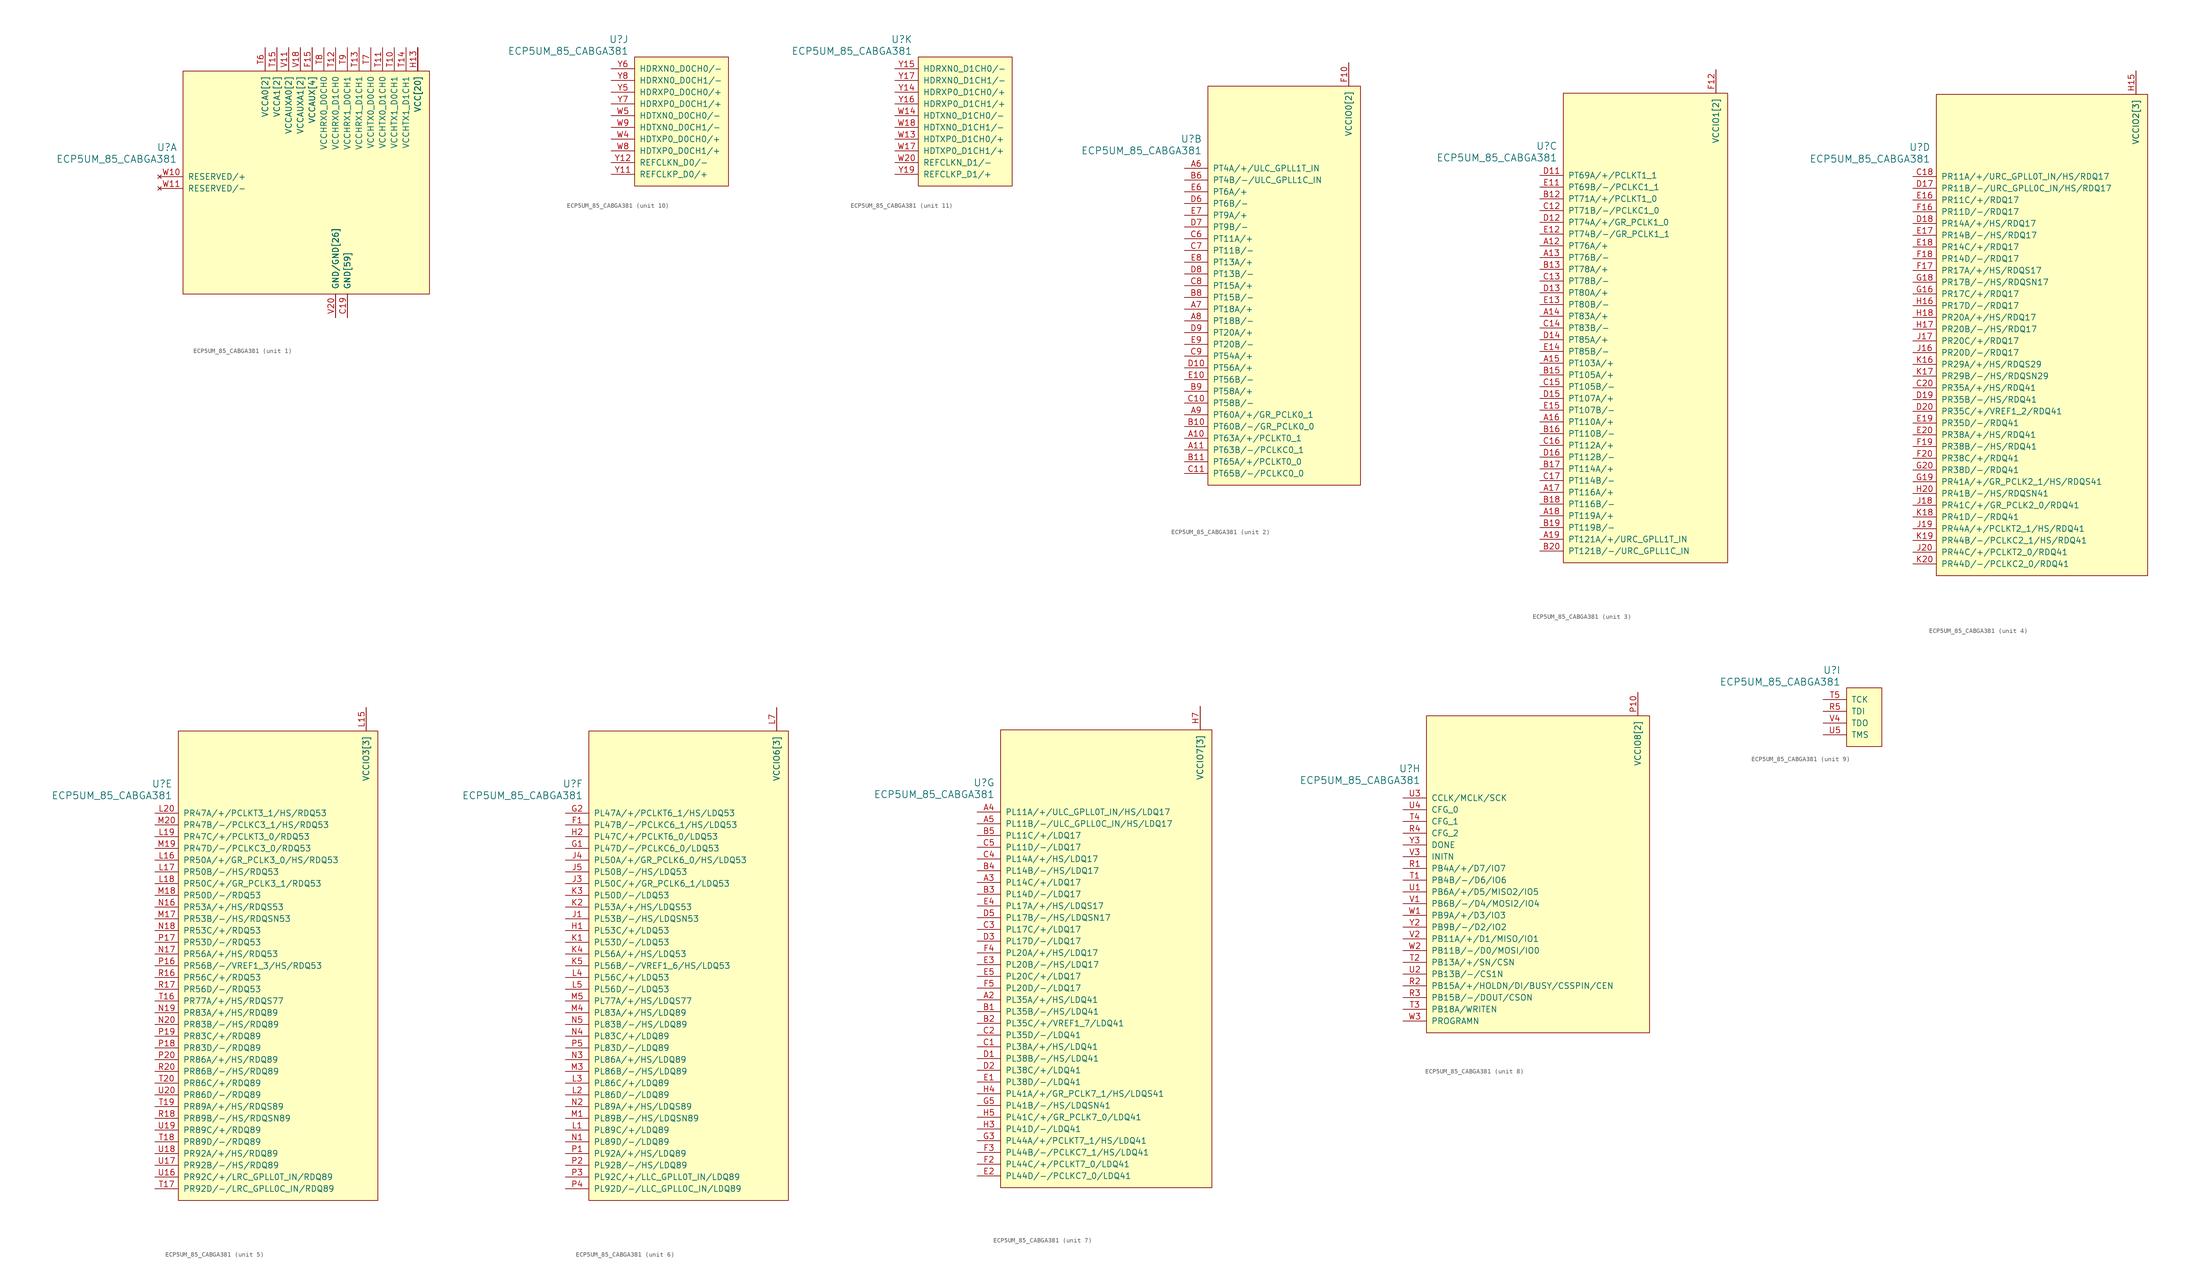
<source format=kicad_sym>
(kicad_symbol_lib
  (version 20231120)
  (generator "kicad_symbol_editor")
  (generator_version "8.0")
  (symbol "ECP5UM_85_CABGA381"
    (pin_names
      (offset 1.016))
    (property "Reference" "U"
      (at 3.81 6.35 0)
      (effects (font (size 1.524 1.524)) (justify right)))
    (property "Value" "ECP5UM_85_CABGA381"
      (at 3.81 3.81 0)
      (effects (font (size 1.524 1.524)) (justify right)))
    (property "ki_locked" ""
      (at 0 0 0)
      (effects (font (size 1.27 1.27))))
    (symbol "ECP5UM_85_CABGA381_1_1"
      (rectangle (start 5.08 22.86) (end 58.42 -25.4) (stroke (width 0) (type default)) (fill (type background)))
      (pin power_in line (at 40.64 -30.48 90) (length 5.08) (name "GND[59]" (effects (font (size 1.27 1.27)))) (number "B14" (effects (font (size 0 0)))))
      (pin power_in line (at 40.64 -30.48 90) (length 5.08) (name "GND[59]" (effects (font (size 1.27 1.27)))) (number "B7" (effects (font (size 0 0)))))
      (pin power_in line (at 40.64 -30.48 90) (length 5.08) (name "GND[59]" (effects (font (size 1.27 1.27)))) (number "C19" (effects (font (size 1.27 1.27)))))
      (pin power_in line (at 40.64 -30.48 90) (length 5.08) (name "GND[59]" (effects (font (size 1.27 1.27)))) (number "D4" (effects (font (size 0 0)))))
      (pin power_in line (at 40.64 -30.48 90) (length 5.08) (name "GND[59]" (effects (font (size 1.27 1.27)))) (number "F13" (effects (font (size 0 0)))))
      (pin power_in line (at 40.64 -30.48 90) (length 5.08) (name "GND[59]" (effects (font (size 1.27 1.27)))) (number "F14" (effects (font (size 0 0)))))
      (pin power_in line (at 33.02 27.94 270) (length 5.08) (name "VCCAUX[4]" (effects (font (size 1.27 1.27)))) (number "F15" (effects (font (size 1.27 1.27)))))
      (pin power_in line (at 33.02 27.94 270) (length 5.08) (name "VCCAUX[4]" (effects (font (size 1.27 1.27)))) (number "F6" (effects (font (size 0 0)))))
      (pin power_in line (at 40.64 -30.48 90) (length 5.08) (name "GND[59]" (effects (font (size 1.27 1.27)))) (number "F7" (effects (font (size 0 0)))))
      (pin power_in line (at 40.64 -30.48 90) (length 5.08) (name "GND[59]" (effects (font (size 1.27 1.27)))) (number "F8" (effects (font (size 0 0)))))
      (pin power_in line (at 40.64 -30.48 90) (length 5.08) (name "GND[59]" (effects (font (size 1.27 1.27)))) (number "G10" (effects (font (size 0 0)))))
      (pin power_in line (at 40.64 -30.48 90) (length 5.08) (name "GND[59]" (effects (font (size 1.27 1.27)))) (number "G11" (effects (font (size 0 0)))))
      (pin power_in line (at 40.64 -30.48 90) (length 5.08) (name "GND[59]" (effects (font (size 1.27 1.27)))) (number "G12" (effects (font (size 0 0)))))
      (pin power_in line (at 40.64 -30.48 90) (length 5.08) (name "GND[59]" (effects (font (size 1.27 1.27)))) (number "G13" (effects (font (size 0 0)))))
      (pin power_in line (at 40.64 -30.48 90) (length 5.08) (name "GND[59]" (effects (font (size 1.27 1.27)))) (number "G14" (effects (font (size 0 0)))))
      (pin power_in line (at 40.64 -30.48 90) (length 5.08) (name "GND[59]" (effects (font (size 1.27 1.27)))) (number "G15" (effects (font (size 0 0)))))
      (pin power_in line (at 40.64 -30.48 90) (length 5.08) (name "GND[59]" (effects (font (size 1.27 1.27)))) (number "G17" (effects (font (size 0 0)))))
      (pin power_in line (at 40.64 -30.48 90) (length 5.08) (name "GND[59]" (effects (font (size 1.27 1.27)))) (number "G4" (effects (font (size 0 0)))))
      (pin power_in line (at 40.64 -30.48 90) (length 5.08) (name "GND[59]" (effects (font (size 1.27 1.27)))) (number "G6" (effects (font (size 0 0)))))
      (pin power_in line (at 40.64 -30.48 90) (length 5.08) (name "GND[59]" (effects (font (size 1.27 1.27)))) (number "G7" (effects (font (size 0 0)))))
      (pin power_in line (at 40.64 -30.48 90) (length 5.08) (name "GND[59]" (effects (font (size 1.27 1.27)))) (number "G8" (effects (font (size 0 0)))))
      (pin power_in line (at 40.64 -30.48 90) (length 5.08) (name "GND[59]" (effects (font (size 1.27 1.27)))) (number "G9" (effects (font (size 0 0)))))
      (pin power_in line (at 55.88 27.94 270) (length 5.08) (name "VCC[20]" (effects (font (size 1.27 1.27)))) (number "H10" (effects (font (size 0 0)))))
      (pin power_in line (at 55.88 27.94 270) (length 5.08) (name "VCC[20]" (effects (font (size 1.27 1.27)))) (number "H11" (effects (font (size 0 0)))))
      (pin power_in line (at 55.88 27.94 270) (length 5.08) (name "VCC[20]" (effects (font (size 1.27 1.27)))) (number "H12" (effects (font (size 0 0)))))
      (pin power_in line (at 55.88 27.94 270) (length 5.08) (name "VCC[20]" (effects (font (size 1.27 1.27)))) (number "H13" (effects (font (size 1.27 1.27)))))
      (pin power_in line (at 40.64 -30.48 90) (length 5.08) (name "GND[59]" (effects (font (size 1.27 1.27)))) (number "H19" (effects (font (size 0 0)))))
      (pin power_in line (at 55.88 27.94 270) (length 5.08) (name "VCC[20]" (effects (font (size 1.27 1.27)))) (number "H8" (effects (font (size 0 0)))))
      (pin power_in line (at 55.88 27.94 270) (length 5.08) (name "VCC[20]" (effects (font (size 1.27 1.27)))) (number "H9" (effects (font (size 0 0)))))
      (pin power_in line (at 40.64 -30.48 90) (length 5.08) (name "GND[59]" (effects (font (size 1.27 1.27)))) (number "J10" (effects (font (size 0 0)))))
      (pin power_in line (at 40.64 -30.48 90) (length 5.08) (name "GND[59]" (effects (font (size 1.27 1.27)))) (number "J11" (effects (font (size 0 0)))))
      (pin power_in line (at 40.64 -30.48 90) (length 5.08) (name "GND[59]" (effects (font (size 1.27 1.27)))) (number "J12" (effects (font (size 0 0)))))
      (pin power_in line (at 55.88 27.94 270) (length 5.08) (name "VCC[20]" (effects (font (size 1.27 1.27)))) (number "J13" (effects (font (size 0 0)))))
      (pin power_in line (at 40.64 -30.48 90) (length 5.08) (name "GND[59]" (effects (font (size 1.27 1.27)))) (number "J14" (effects (font (size 0 0)))))
      (pin power_in line (at 40.64 -30.48 90) (length 5.08) (name "GND[59]" (effects (font (size 1.27 1.27)))) (number "J2" (effects (font (size 0 0)))))
      (pin power_in line (at 40.64 -30.48 90) (length 5.08) (name "GND[59]" (effects (font (size 1.27 1.27)))) (number "J7" (effects (font (size 0 0)))))
      (pin power_in line (at 55.88 27.94 270) (length 5.08) (name "VCC[20]" (effects (font (size 1.27 1.27)))) (number "J8" (effects (font (size 0 0)))))
      (pin power_in line (at 40.64 -30.48 90) (length 5.08) (name "GND[59]" (effects (font (size 1.27 1.27)))) (number "J9" (effects (font (size 0 0)))))
      (pin power_in line (at 40.64 -30.48 90) (length 5.08) (name "GND[59]" (effects (font (size 1.27 1.27)))) (number "K10" (effects (font (size 0 0)))))
      (pin power_in line (at 40.64 -30.48 90) (length 5.08) (name "GND[59]" (effects (font (size 1.27 1.27)))) (number "K11" (effects (font (size 0 0)))))
      (pin power_in line (at 40.64 -30.48 90) (length 5.08) (name "GND[59]" (effects (font (size 1.27 1.27)))) (number "K12" (effects (font (size 0 0)))))
      (pin power_in line (at 55.88 27.94 270) (length 5.08) (name "VCC[20]" (effects (font (size 1.27 1.27)))) (number "K13" (effects (font (size 0 0)))))
      (pin power_in line (at 40.64 -30.48 90) (length 5.08) (name "GND[59]" (effects (font (size 1.27 1.27)))) (number "K14" (effects (font (size 0 0)))))
      (pin power_in line (at 40.64 -30.48 90) (length 5.08) (name "GND[59]" (effects (font (size 1.27 1.27)))) (number "K15" (effects (font (size 0 0)))))
      (pin power_in line (at 40.64 -30.48 90) (length 5.08) (name "GND[59]" (effects (font (size 1.27 1.27)))) (number "K6" (effects (font (size 0 0)))))
      (pin power_in line (at 40.64 -30.48 90) (length 5.08) (name "GND[59]" (effects (font (size 1.27 1.27)))) (number "K7" (effects (font (size 0 0)))))
      (pin power_in line (at 55.88 27.94 270) (length 5.08) (name "VCC[20]" (effects (font (size 1.27 1.27)))) (number "K8" (effects (font (size 0 0)))))
      (pin power_in line (at 40.64 -30.48 90) (length 5.08) (name "GND[59]" (effects (font (size 1.27 1.27)))) (number "K9" (effects (font (size 0 0)))))
      (pin power_in line (at 40.64 -30.48 90) (length 5.08) (name "GND[59]" (effects (font (size 1.27 1.27)))) (number "L10" (effects (font (size 0 0)))))
      (pin power_in line (at 40.64 -30.48 90) (length 5.08) (name "GND[59]" (effects (font (size 1.27 1.27)))) (number "L11" (effects (font (size 0 0)))))
      (pin power_in line (at 40.64 -30.48 90) (length 5.08) (name "GND[59]" (effects (font (size 1.27 1.27)))) (number "L12" (effects (font (size 0 0)))))
      (pin power_in line (at 55.88 27.94 270) (length 5.08) (name "VCC[20]" (effects (font (size 1.27 1.27)))) (number "L13" (effects (font (size 0 0)))))
      (pin power_in line (at 55.88 27.94 270) (length 5.08) (name "VCC[20]" (effects (font (size 1.27 1.27)))) (number "L8" (effects (font (size 0 0)))))
      (pin power_in line (at 40.64 -30.48 90) (length 5.08) (name "GND[59]" (effects (font (size 1.27 1.27)))) (number "L9" (effects (font (size 0 0)))))
      (pin power_in line (at 40.64 -30.48 90) (length 5.08) (name "GND[59]" (effects (font (size 1.27 1.27)))) (number "M10" (effects (font (size 0 0)))))
      (pin power_in line (at 40.64 -30.48 90) (length 5.08) (name "GND[59]" (effects (font (size 1.27 1.27)))) (number "M11" (effects (font (size 0 0)))))
      (pin power_in line (at 40.64 -30.48 90) (length 5.08) (name "GND[59]" (effects (font (size 1.27 1.27)))) (number "M12" (effects (font (size 0 0)))))
      (pin power_in line (at 55.88 27.94 270) (length 5.08) (name "VCC[20]" (effects (font (size 1.27 1.27)))) (number "M13" (effects (font (size 0 0)))))
      (pin power_in line (at 40.64 -30.48 90) (length 5.08) (name "GND[59]" (effects (font (size 1.27 1.27)))) (number "M14" (effects (font (size 0 0)))))
      (pin power_in line (at 40.64 -30.48 90) (length 5.08) (name "GND[59]" (effects (font (size 1.27 1.27)))) (number "M16" (effects (font (size 0 0)))))
      (pin power_in line (at 40.64 -30.48 90) (length 5.08) (name "GND[59]" (effects (font (size 1.27 1.27)))) (number "M2" (effects (font (size 0 0)))))
      (pin power_in line (at 40.64 -30.48 90) (length 5.08) (name "GND[59]" (effects (font (size 1.27 1.27)))) (number "M7" (effects (font (size 0 0)))))
      (pin power_in line (at 55.88 27.94 270) (length 5.08) (name "VCC[20]" (effects (font (size 1.27 1.27)))) (number "M8" (effects (font (size 0 0)))))
      (pin power_in line (at 40.64 -30.48 90) (length 5.08) (name "GND[59]" (effects (font (size 1.27 1.27)))) (number "M9" (effects (font (size 0 0)))))
      (pin power_in line (at 55.88 27.94 270) (length 5.08) (name "VCC[20]" (effects (font (size 1.27 1.27)))) (number "N10" (effects (font (size 0 0)))))
      (pin power_in line (at 55.88 27.94 270) (length 5.08) (name "VCC[20]" (effects (font (size 1.27 1.27)))) (number "N11" (effects (font (size 0 0)))))
      (pin power_in line (at 55.88 27.94 270) (length 5.08) (name "VCC[20]" (effects (font (size 1.27 1.27)))) (number "N12" (effects (font (size 0 0)))))
      (pin power_in line (at 55.88 27.94 270) (length 5.08) (name "VCC[20]" (effects (font (size 1.27 1.27)))) (number "N13" (effects (font (size 0 0)))))
      (pin power_in line (at 40.64 -30.48 90) (length 5.08) (name "GND[59]" (effects (font (size 1.27 1.27)))) (number "N14" (effects (font (size 0 0)))))
      (pin power_in line (at 40.64 -30.48 90) (length 5.08) (name "GND[59]" (effects (font (size 1.27 1.27)))) (number "N15" (effects (font (size 0 0)))))
      (pin power_in line (at 40.64 -30.48 90) (length 5.08) (name "GND[59]" (effects (font (size 1.27 1.27)))) (number "N6" (effects (font (size 0 0)))))
      (pin power_in line (at 40.64 -30.48 90) (length 5.08) (name "GND[59]" (effects (font (size 1.27 1.27)))) (number "N7" (effects (font (size 0 0)))))
      (pin power_in line (at 55.88 27.94 270) (length 5.08) (name "VCC[20]" (effects (font (size 1.27 1.27)))) (number "N8" (effects (font (size 0 0)))))
      (pin power_in line (at 55.88 27.94 270) (length 5.08) (name "VCC[20]" (effects (font (size 1.27 1.27)))) (number "N9" (effects (font (size 0 0)))))
      (pin power_in line (at 40.64 -30.48 90) (length 5.08) (name "GND[59]" (effects (font (size 1.27 1.27)))) (number "P11" (effects (font (size 0 0)))))
      (pin power_in line (at 40.64 -30.48 90) (length 5.08) (name "GND[59]" (effects (font (size 1.27 1.27)))) (number "P12" (effects (font (size 0 0)))))
      (pin power_in line (at 40.64 -30.48 90) (length 5.08) (name "GND[59]" (effects (font (size 1.27 1.27)))) (number "P13" (effects (font (size 0 0)))))
      (pin power_in line (at 40.64 -30.48 90) (length 5.08) (name "GND[59]" (effects (font (size 1.27 1.27)))) (number "P14" (effects (font (size 0 0)))))
      (pin power_in line (at 33.02 27.94 270) (length 5.08) (name "VCCAUX[4]" (effects (font (size 1.27 1.27)))) (number "P15" (effects (font (size 0 0)))))
      (pin power_in line (at 33.02 27.94 270) (length 5.08) (name "VCCAUX[4]" (effects (font (size 1.27 1.27)))) (number "P6" (effects (font (size 0 0)))))
      (pin power_in line (at 40.64 -30.48 90) (length 5.08) (name "GND[59]" (effects (font (size 1.27 1.27)))) (number "P7" (effects (font (size 0 0)))))
      (pin power_in line (at 40.64 -30.48 90) (length 5.08) (name "GND[59]" (effects (font (size 1.27 1.27)))) (number "P8" (effects (font (size 0 0)))))
      (pin power_in line (at 40.64 -30.48 90) (length 5.08) (name "GND[59]" (effects (font (size 1.27 1.27)))) (number "R19" (effects (font (size 0 0)))))
      (pin power_in line (at 50.8 27.94 270) (length 5.08) (name "VCCHTX1_D0CH1" (effects (font (size 1.27 1.27)))) (number "T10" (effects (font (size 1.27 1.27)))))
      (pin power_in line (at 48.26 27.94 270) (length 5.08) (name "VCCHTX0_D1CH0" (effects (font (size 1.27 1.27)))) (number "T11" (effects (font (size 1.27 1.27)))))
      (pin power_in line (at 38.1 27.94 270) (length 5.08) (name "VCCHRX0_D1CH0" (effects (font (size 1.27 1.27)))) (number "T12" (effects (font (size 1.27 1.27)))))
      (pin power_in line (at 43.18 27.94 270) (length 5.08) (name "VCCHRX1_D1CH1" (effects (font (size 1.27 1.27)))) (number "T13" (effects (font (size 1.27 1.27)))))
      (pin power_in line (at 53.34 27.94 270) (length 5.08) (name "VCCHTX1_D1CH1" (effects (font (size 1.27 1.27)))) (number "T14" (effects (font (size 1.27 1.27)))))
      (pin power_in line (at 25.4 27.94 270) (length 5.08) (name "VCCA1[2]" (effects (font (size 1.27 1.27)))) (number "T15" (effects (font (size 1.27 1.27)))))
      (pin power_in line (at 22.86 27.94 270) (length 5.08) (name "VCCA0[2]" (effects (font (size 1.27 1.27)))) (number "T6" (effects (font (size 1.27 1.27)))))
      (pin power_in line (at 45.72 27.94 270) (length 5.08) (name "VCCHTX0_D0CH0" (effects (font (size 1.27 1.27)))) (number "T7" (effects (font (size 1.27 1.27)))))
      (pin power_in line (at 35.56 27.94 270) (length 5.08) (name "VCCHRX0_D0CH0" (effects (font (size 1.27 1.27)))) (number "T8" (effects (font (size 1.27 1.27)))))
      (pin power_in line (at 40.64 27.94 270) (length 5.08) (name "VCCHRX1_D0CH1" (effects (font (size 1.27 1.27)))) (number "T9" (effects (font (size 1.27 1.27)))))
      (pin power_in line (at 38.1 -30.48 90) (length 5.08) (name "GND/GND[26]" (effects (font (size 1.27 1.27)))) (number "U10" (effects (font (size 0 0)))))
      (pin power_in line (at 38.1 -30.48 90) (length 5.08) (name "GND/GND[26]" (effects (font (size 1.27 1.27)))) (number "U11" (effects (font (size 0 0)))))
      (pin power_in line (at 38.1 -30.48 90) (length 5.08) (name "GND/GND[26]" (effects (font (size 1.27 1.27)))) (number "U12" (effects (font (size 0 0)))))
      (pin power_in line (at 38.1 -30.48 90) (length 5.08) (name "GND/GND[26]" (effects (font (size 1.27 1.27)))) (number "U13" (effects (font (size 0 0)))))
      (pin power_in line (at 38.1 -30.48 90) (length 5.08) (name "GND/GND[26]" (effects (font (size 1.27 1.27)))) (number "U14" (effects (font (size 0 0)))))
      (pin power_in line (at 25.4 27.94 270) (length 5.08) (name "VCCA1[2]" (effects (font (size 1.27 1.27)))) (number "U15" (effects (font (size 0 0)))))
      (pin power_in line (at 22.86 27.94 270) (length 5.08) (name "VCCA0[2]" (effects (font (size 1.27 1.27)))) (number "U6" (effects (font (size 0 0)))))
      (pin power_in line (at 38.1 -30.48 90) (length 5.08) (name "GND/GND[26]" (effects (font (size 1.27 1.27)))) (number "U7" (effects (font (size 0 0)))))
      (pin power_in line (at 38.1 -30.48 90) (length 5.08) (name "GND/GND[26]" (effects (font (size 1.27 1.27)))) (number "U8" (effects (font (size 0 0)))))
      (pin power_in line (at 38.1 -30.48 90) (length 5.08) (name "GND/GND[26]" (effects (font (size 1.27 1.27)))) (number "U9" (effects (font (size 0 0)))))
      (pin power_in line (at 27.94 27.94 270) (length 5.08) (name "VCCAUXA0[2]" (effects (font (size 1.27 1.27)))) (number "V10" (effects (font (size 0 0)))))
      (pin power_in line (at 27.94 27.94 270) (length 5.08) (name "VCCAUXA0[2]" (effects (font (size 1.27 1.27)))) (number "V11" (effects (font (size 1.27 1.27)))))
      (pin power_in line (at 38.1 -30.48 90) (length 5.08) (name "GND/GND[26]" (effects (font (size 1.27 1.27)))) (number "V12" (effects (font (size 0 0)))))
      (pin power_in line (at 38.1 -30.48 90) (length 5.08) (name "GND/GND[26]" (effects (font (size 1.27 1.27)))) (number "V13" (effects (font (size 0 0)))))
      (pin power_in line (at 38.1 -30.48 90) (length 5.08) (name "GND/GND[26]" (effects (font (size 1.27 1.27)))) (number "V14" (effects (font (size 0 0)))))
      (pin power_in line (at 38.1 -30.48 90) (length 5.08) (name "GND/GND[26]" (effects (font (size 1.27 1.27)))) (number "V15" (effects (font (size 0 0)))))
      (pin power_in line (at 38.1 -30.48 90) (length 5.08) (name "GND/GND[26]" (effects (font (size 1.27 1.27)))) (number "V16" (effects (font (size 0 0)))))
      (pin power_in line (at 30.48 27.94 270) (length 5.08) (name "VCCAUXA1[2]" (effects (font (size 1.27 1.27)))) (number "V17" (effects (font (size 0 0)))))
      (pin power_in line (at 30.48 27.94 270) (length 5.08) (name "VCCAUXA1[2]" (effects (font (size 1.27 1.27)))) (number "V18" (effects (font (size 1.27 1.27)))))
      (pin power_in line (at 38.1 -30.48 90) (length 5.08) (name "GND/GND[26]" (effects (font (size 1.27 1.27)))) (number "V19" (effects (font (size 0 0)))))
      (pin power_in line (at 38.1 -30.48 90) (length 5.08) (name "GND/GND[26]" (effects (font (size 1.27 1.27)))) (number "V20" (effects (font (size 1.27 1.27)))))
      (pin power_in line (at 38.1 -30.48 90) (length 5.08) (name "GND/GND[26]" (effects (font (size 1.27 1.27)))) (number "V5" (effects (font (size 0 0)))))
      (pin power_in line (at 38.1 -30.48 90) (length 5.08) (name "GND/GND[26]" (effects (font (size 1.27 1.27)))) (number "V6" (effects (font (size 0 0)))))
      (pin power_in line (at 38.1 -30.48 90) (length 5.08) (name "GND/GND[26]" (effects (font (size 1.27 1.27)))) (number "V7" (effects (font (size 0 0)))))
      (pin power_in line (at 38.1 -30.48 90) (length 5.08) (name "GND/GND[26]" (effects (font (size 1.27 1.27)))) (number "V8" (effects (font (size 0 0)))))
      (pin power_in line (at 38.1 -30.48 90) (length 5.08) (name "GND/GND[26]" (effects (font (size 1.27 1.27)))) (number "V9" (effects (font (size 0 0)))))
      (pin no_connect line (at 0 0 0) (length 5.08) (name "RESERVED/+" (effects (font (size 1.27 1.27)))) (number "W10" (effects (font (size 1.27 1.27)))))
      (pin no_connect line (at 0 -2.54 0) (length 5.08) (name "RESERVED/-" (effects (font (size 1.27 1.27)))) (number "W11" (effects (font (size 1.27 1.27)))))
      (pin power_in line (at 38.1 -30.48 90) (length 5.08) (name "GND/GND[26]" (effects (font (size 1.27 1.27)))) (number "W12" (effects (font (size 0 0)))))
      (pin power_in line (at 38.1 -30.48 90) (length 5.08) (name "GND/GND[26]" (effects (font (size 1.27 1.27)))) (number "W15" (effects (font (size 0 0)))))
      (pin power_in line (at 38.1 -30.48 90) (length 5.08) (name "GND/GND[26]" (effects (font (size 1.27 1.27)))) (number "W16" (effects (font (size 0 0)))))
      (pin power_in line (at 38.1 -30.48 90) (length 5.08) (name "GND/GND[26]" (effects (font (size 1.27 1.27)))) (number "W19" (effects (font (size 0 0)))))
      (pin power_in line (at 38.1 -30.48 90) (length 5.08) (name "GND/GND[26]" (effects (font (size 1.27 1.27)))) (number "W6" (effects (font (size 0 0)))))
      (pin power_in line (at 38.1 -30.48 90) (length 5.08) (name "GND/GND[26]" (effects (font (size 1.27 1.27)))) (number "W7" (effects (font (size 0 0))))))
    (symbol "ECP5UM_85_CABGA381_2_1"
      (rectangle (start 5.08 17.78) (end 38.1 -68.58) (stroke (width 0) (type default)) (fill (type background)))
      (pin bidirectional line (at 0 -58.42 0) (length 5.08) (name "PT63A/+/PCLKT0_1" (effects (font (size 1.27 1.27)))) (number "A10" (effects (font (size 1.27 1.27)))))
      (pin bidirectional line (at 0 -60.96 0) (length 5.08) (name "PT63B/-/PCLKC0_1" (effects (font (size 1.27 1.27)))) (number "A11" (effects (font (size 1.27 1.27)))))
      (pin bidirectional line (at 0 0 0) (length 5.08) (name "PT4A/+/ULC_GPLL1T_IN" (effects (font (size 1.27 1.27)))) (number "A6" (effects (font (size 1.27 1.27)))))
      (pin bidirectional line (at 0 -30.48 0) (length 5.08) (name "PT18A/+" (effects (font (size 1.27 1.27)))) (number "A7" (effects (font (size 1.27 1.27)))))
      (pin bidirectional line (at 0 -33.02 0) (length 5.08) (name "PT18B/-" (effects (font (size 1.27 1.27)))) (number "A8" (effects (font (size 1.27 1.27)))))
      (pin bidirectional line (at 0 -53.34 0) (length 5.08) (name "PT60A/+/GR_PCLK0_1" (effects (font (size 1.27 1.27)))) (number "A9" (effects (font (size 1.27 1.27)))))
      (pin bidirectional line (at 0 -55.88 0) (length 5.08) (name "PT60B/-/GR_PCLK0_0" (effects (font (size 1.27 1.27)))) (number "B10" (effects (font (size 1.27 1.27)))))
      (pin bidirectional line (at 0 -63.5 0) (length 5.08) (name "PT65A/+/PCLKT0_0" (effects (font (size 1.27 1.27)))) (number "B11" (effects (font (size 1.27 1.27)))))
      (pin bidirectional line (at 0 -2.54 0) (length 5.08) (name "PT4B/-/ULC_GPLL1C_IN" (effects (font (size 1.27 1.27)))) (number "B6" (effects (font (size 1.27 1.27)))))
      (pin bidirectional line (at 0 -27.94 0) (length 5.08) (name "PT15B/-" (effects (font (size 1.27 1.27)))) (number "B8" (effects (font (size 1.27 1.27)))))
      (pin bidirectional line (at 0 -48.26 0) (length 5.08) (name "PT58A/+" (effects (font (size 1.27 1.27)))) (number "B9" (effects (font (size 1.27 1.27)))))
      (pin bidirectional line (at 0 -50.8 0) (length 5.08) (name "PT58B/-" (effects (font (size 1.27 1.27)))) (number "C10" (effects (font (size 1.27 1.27)))))
      (pin bidirectional line (at 0 -66.04 0) (length 5.08) (name "PT65B/-/PCLKC0_0" (effects (font (size 1.27 1.27)))) (number "C11" (effects (font (size 1.27 1.27)))))
      (pin bidirectional line (at 0 -15.24 0) (length 5.08) (name "PT11A/+" (effects (font (size 1.27 1.27)))) (number "C6" (effects (font (size 1.27 1.27)))))
      (pin bidirectional line (at 0 -17.78 0) (length 5.08) (name "PT11B/-" (effects (font (size 1.27 1.27)))) (number "C7" (effects (font (size 1.27 1.27)))))
      (pin bidirectional line (at 0 -25.4 0) (length 5.08) (name "PT15A/+" (effects (font (size 1.27 1.27)))) (number "C8" (effects (font (size 1.27 1.27)))))
      (pin bidirectional line (at 0 -40.64 0) (length 5.08) (name "PT54A/+" (effects (font (size 1.27 1.27)))) (number "C9" (effects (font (size 1.27 1.27)))))
      (pin bidirectional line (at 0 -43.18 0) (length 5.08) (name "PT56A/+" (effects (font (size 1.27 1.27)))) (number "D10" (effects (font (size 1.27 1.27)))))
      (pin bidirectional line (at 0 -7.62 0) (length 5.08) (name "PT6B/-" (effects (font (size 1.27 1.27)))) (number "D6" (effects (font (size 1.27 1.27)))))
      (pin bidirectional line (at 0 -12.7 0) (length 5.08) (name "PT9B/-" (effects (font (size 1.27 1.27)))) (number "D7" (effects (font (size 1.27 1.27)))))
      (pin bidirectional line (at 0 -22.86 0) (length 5.08) (name "PT13B/-" (effects (font (size 1.27 1.27)))) (number "D8" (effects (font (size 1.27 1.27)))))
      (pin bidirectional line (at 0 -35.56 0) (length 5.08) (name "PT20A/+" (effects (font (size 1.27 1.27)))) (number "D9" (effects (font (size 1.27 1.27)))))
      (pin bidirectional line (at 0 -45.72 0) (length 5.08) (name "PT56B/-" (effects (font (size 1.27 1.27)))) (number "E10" (effects (font (size 1.27 1.27)))))
      (pin bidirectional line (at 0 -5.08 0) (length 5.08) (name "PT6A/+" (effects (font (size 1.27 1.27)))) (number "E6" (effects (font (size 1.27 1.27)))))
      (pin bidirectional line (at 0 -10.16 0) (length 5.08) (name "PT9A/+" (effects (font (size 1.27 1.27)))) (number "E7" (effects (font (size 1.27 1.27)))))
      (pin bidirectional line (at 0 -20.32 0) (length 5.08) (name "PT13A/+" (effects (font (size 1.27 1.27)))) (number "E8" (effects (font (size 1.27 1.27)))))
      (pin bidirectional line (at 0 -38.1 0) (length 5.08) (name "PT20B/-" (effects (font (size 1.27 1.27)))) (number "E9" (effects (font (size 1.27 1.27)))))
      (pin power_in line (at 35.56 22.86 270) (length 5.08) (name "VCCIO0[2]" (effects (font (size 1.27 1.27)))) (number "F10" (effects (font (size 1.27 1.27)))))
      (pin power_in line (at 35.56 22.86 270) (length 5.08) (name "VCCIO0[2]" (effects (font (size 1.27 1.27)))) (number "F9" (effects (font (size 0 0))))))
    (symbol "ECP5UM_85_CABGA381_3_1"
      (rectangle (start 5.08 17.78) (end 40.64 -83.82) (stroke (width 0) (type default)) (fill (type background)))
      (pin bidirectional line (at 0 -15.24 0) (length 5.08) (name "PT76A/+" (effects (font (size 1.27 1.27)))) (number "A12" (effects (font (size 1.27 1.27)))))
      (pin bidirectional line (at 0 -17.78 0) (length 5.08) (name "PT76B/-" (effects (font (size 1.27 1.27)))) (number "A13" (effects (font (size 1.27 1.27)))))
      (pin bidirectional line (at 0 -30.48 0) (length 5.08) (name "PT83A/+" (effects (font (size 1.27 1.27)))) (number "A14" (effects (font (size 1.27 1.27)))))
      (pin bidirectional line (at 0 -40.64 0) (length 5.08) (name "PT103A/+" (effects (font (size 1.27 1.27)))) (number "A15" (effects (font (size 1.27 1.27)))))
      (pin bidirectional line (at 0 -53.34 0) (length 5.08) (name "PT110A/+" (effects (font (size 1.27 1.27)))) (number "A16" (effects (font (size 1.27 1.27)))))
      (pin bidirectional line (at 0 -68.58 0) (length 5.08) (name "PT116A/+" (effects (font (size 1.27 1.27)))) (number "A17" (effects (font (size 1.27 1.27)))))
      (pin bidirectional line (at 0 -73.66 0) (length 5.08) (name "PT119A/+" (effects (font (size 1.27 1.27)))) (number "A18" (effects (font (size 1.27 1.27)))))
      (pin bidirectional line (at 0 -78.74 0) (length 5.08) (name "PT121A/+/URC_GPLL1T_IN" (effects (font (size 1.27 1.27)))) (number "A19" (effects (font (size 1.27 1.27)))))
      (pin bidirectional line (at 0 -5.08 0) (length 5.08) (name "PT71A/+/PCLKT1_0" (effects (font (size 1.27 1.27)))) (number "B12" (effects (font (size 1.27 1.27)))))
      (pin bidirectional line (at 0 -20.32 0) (length 5.08) (name "PT78A/+" (effects (font (size 1.27 1.27)))) (number "B13" (effects (font (size 1.27 1.27)))))
      (pin bidirectional line (at 0 -43.18 0) (length 5.08) (name "PT105A/+" (effects (font (size 1.27 1.27)))) (number "B15" (effects (font (size 1.27 1.27)))))
      (pin bidirectional line (at 0 -55.88 0) (length 5.08) (name "PT110B/-" (effects (font (size 1.27 1.27)))) (number "B16" (effects (font (size 1.27 1.27)))))
      (pin bidirectional line (at 0 -63.5 0) (length 5.08) (name "PT114A/+" (effects (font (size 1.27 1.27)))) (number "B17" (effects (font (size 1.27 1.27)))))
      (pin bidirectional line (at 0 -71.12 0) (length 5.08) (name "PT116B/-" (effects (font (size 1.27 1.27)))) (number "B18" (effects (font (size 1.27 1.27)))))
      (pin bidirectional line (at 0 -76.2 0) (length 5.08) (name "PT119B/-" (effects (font (size 1.27 1.27)))) (number "B19" (effects (font (size 1.27 1.27)))))
      (pin bidirectional line (at 0 -81.28 0) (length 5.08) (name "PT121B/-/URC_GPLL1C_IN" (effects (font (size 1.27 1.27)))) (number "B20" (effects (font (size 1.27 1.27)))))
      (pin bidirectional line (at 0 -7.62 0) (length 5.08) (name "PT71B/-/PCLKC1_0" (effects (font (size 1.27 1.27)))) (number "C12" (effects (font (size 1.27 1.27)))))
      (pin bidirectional line (at 0 -22.86 0) (length 5.08) (name "PT78B/-" (effects (font (size 1.27 1.27)))) (number "C13" (effects (font (size 1.27 1.27)))))
      (pin bidirectional line (at 0 -33.02 0) (length 5.08) (name "PT83B/-" (effects (font (size 1.27 1.27)))) (number "C14" (effects (font (size 1.27 1.27)))))
      (pin bidirectional line (at 0 -45.72 0) (length 5.08) (name "PT105B/-" (effects (font (size 1.27 1.27)))) (number "C15" (effects (font (size 1.27 1.27)))))
      (pin bidirectional line (at 0 -58.42 0) (length 5.08) (name "PT112A/+" (effects (font (size 1.27 1.27)))) (number "C16" (effects (font (size 1.27 1.27)))))
      (pin bidirectional line (at 0 -66.04 0) (length 5.08) (name "PT114B/-" (effects (font (size 1.27 1.27)))) (number "C17" (effects (font (size 1.27 1.27)))))
      (pin bidirectional line (at 0 0 0) (length 5.08) (name "PT69A/+/PCLKT1_1" (effects (font (size 1.27 1.27)))) (number "D11" (effects (font (size 1.27 1.27)))))
      (pin bidirectional line (at 0 -10.16 0) (length 5.08) (name "PT74A/+/GR_PCLK1_0" (effects (font (size 1.27 1.27)))) (number "D12" (effects (font (size 1.27 1.27)))))
      (pin bidirectional line (at 0 -25.4 0) (length 5.08) (name "PT80A/+" (effects (font (size 1.27 1.27)))) (number "D13" (effects (font (size 1.27 1.27)))))
      (pin bidirectional line (at 0 -35.56 0) (length 5.08) (name "PT85A/+" (effects (font (size 1.27 1.27)))) (number "D14" (effects (font (size 1.27 1.27)))))
      (pin bidirectional line (at 0 -48.26 0) (length 5.08) (name "PT107A/+" (effects (font (size 1.27 1.27)))) (number "D15" (effects (font (size 1.27 1.27)))))
      (pin bidirectional line (at 0 -60.96 0) (length 5.08) (name "PT112B/-" (effects (font (size 1.27 1.27)))) (number "D16" (effects (font (size 1.27 1.27)))))
      (pin bidirectional line (at 0 -2.54 0) (length 5.08) (name "PT69B/-/PCLKC1_1" (effects (font (size 1.27 1.27)))) (number "E11" (effects (font (size 1.27 1.27)))))
      (pin bidirectional line (at 0 -12.7 0) (length 5.08) (name "PT74B/-/GR_PCLK1_1" (effects (font (size 1.27 1.27)))) (number "E12" (effects (font (size 1.27 1.27)))))
      (pin bidirectional line (at 0 -27.94 0) (length 5.08) (name "PT80B/-" (effects (font (size 1.27 1.27)))) (number "E13" (effects (font (size 1.27 1.27)))))
      (pin bidirectional line (at 0 -38.1 0) (length 5.08) (name "PT85B/-" (effects (font (size 1.27 1.27)))) (number "E14" (effects (font (size 1.27 1.27)))))
      (pin bidirectional line (at 0 -50.8 0) (length 5.08) (name "PT107B/-" (effects (font (size 1.27 1.27)))) (number "E15" (effects (font (size 1.27 1.27)))))
      (pin power_in line (at 38.1 22.86 270) (length 5.08) (name "VCCIO1[2]" (effects (font (size 1.27 1.27)))) (number "F11" (effects (font (size 0 0)))))
      (pin power_in line (at 38.1 22.86 270) (length 5.08) (name "VCCIO1[2]" (effects (font (size 1.27 1.27)))) (number "F12" (effects (font (size 1.27 1.27))))))
    (symbol "ECP5UM_85_CABGA381_4_1"
      (rectangle (start 5.08 17.78) (end 50.8 -86.36) (stroke (width 0) (type default)) (fill (type background)))
      (pin bidirectional line (at 0 0 0) (length 5.08) (name "PR11A/+/URC_GPLL0T_IN/HS/RDQ17" (effects (font (size 1.27 1.27)))) (number "C18" (effects (font (size 1.27 1.27)))))
      (pin bidirectional line (at 0 -45.72 0) (length 5.08) (name "PR35A/+/HS/RDQ41" (effects (font (size 1.27 1.27)))) (number "C20" (effects (font (size 1.27 1.27)))))
      (pin bidirectional line (at 0 -2.54 0) (length 5.08) (name "PR11B/-/URC_GPLL0C_IN/HS/RDQ17" (effects (font (size 1.27 1.27)))) (number "D17" (effects (font (size 1.27 1.27)))))
      (pin bidirectional line (at 0 -10.16 0) (length 5.08) (name "PR14A/+/HS/RDQ17" (effects (font (size 1.27 1.27)))) (number "D18" (effects (font (size 1.27 1.27)))))
      (pin bidirectional line (at 0 -48.26 0) (length 5.08) (name "PR35B/-/HS/RDQ41" (effects (font (size 1.27 1.27)))) (number "D19" (effects (font (size 1.27 1.27)))))
      (pin bidirectional line (at 0 -50.8 0) (length 5.08) (name "PR35C/+/VREF1_2/RDQ41" (effects (font (size 1.27 1.27)))) (number "D20" (effects (font (size 1.27 1.27)))))
      (pin bidirectional line (at 0 -5.08 0) (length 5.08) (name "PR11C/+/RDQ17" (effects (font (size 1.27 1.27)))) (number "E16" (effects (font (size 1.27 1.27)))))
      (pin bidirectional line (at 0 -12.7 0) (length 5.08) (name "PR14B/-/HS/RDQ17" (effects (font (size 1.27 1.27)))) (number "E17" (effects (font (size 1.27 1.27)))))
      (pin bidirectional line (at 0 -15.24 0) (length 5.08) (name "PR14C/+/RDQ17" (effects (font (size 1.27 1.27)))) (number "E18" (effects (font (size 1.27 1.27)))))
      (pin bidirectional line (at 0 -53.34 0) (length 5.08) (name "PR35D/-/RDQ41" (effects (font (size 1.27 1.27)))) (number "E19" (effects (font (size 1.27 1.27)))))
      (pin bidirectional line (at 0 -55.88 0) (length 5.08) (name "PR38A/+/HS/RDQ41" (effects (font (size 1.27 1.27)))) (number "E20" (effects (font (size 1.27 1.27)))))
      (pin bidirectional line (at 0 -7.62 0) (length 5.08) (name "PR11D/-/RDQ17" (effects (font (size 1.27 1.27)))) (number "F16" (effects (font (size 1.27 1.27)))))
      (pin bidirectional line (at 0 -20.32 0) (length 5.08) (name "PR17A/+/HS/RDQS17" (effects (font (size 1.27 1.27)))) (number "F17" (effects (font (size 1.27 1.27)))))
      (pin bidirectional line (at 0 -17.78 0) (length 5.08) (name "PR14D/-/RDQ17" (effects (font (size 1.27 1.27)))) (number "F18" (effects (font (size 1.27 1.27)))))
      (pin bidirectional line (at 0 -58.42 0) (length 5.08) (name "PR38B/-/HS/RDQ41" (effects (font (size 1.27 1.27)))) (number "F19" (effects (font (size 1.27 1.27)))))
      (pin bidirectional line (at 0 -60.96 0) (length 5.08) (name "PR38C/+/RDQ41" (effects (font (size 1.27 1.27)))) (number "F20" (effects (font (size 1.27 1.27)))))
      (pin bidirectional line (at 0 -25.4 0) (length 5.08) (name "PR17C/+/RDQ17" (effects (font (size 1.27 1.27)))) (number "G16" (effects (font (size 1.27 1.27)))))
      (pin bidirectional line (at 0 -22.86 0) (length 5.08) (name "PR17B/-/HS/RDQSN17" (effects (font (size 1.27 1.27)))) (number "G18" (effects (font (size 1.27 1.27)))))
      (pin bidirectional line (at 0 -66.04 0) (length 5.08) (name "PR41A/+/GR_PCLK2_1/HS/RDQS41" (effects (font (size 1.27 1.27)))) (number "G19" (effects (font (size 1.27 1.27)))))
      (pin bidirectional line (at 0 -63.5 0) (length 5.08) (name "PR38D/-/RDQ41" (effects (font (size 1.27 1.27)))) (number "G20" (effects (font (size 1.27 1.27)))))
      (pin power_in line (at 48.26 22.86 270) (length 5.08) (name "VCCIO2[3]" (effects (font (size 1.27 1.27)))) (number "H14" (effects (font (size 0 0)))))
      (pin power_in line (at 48.26 22.86 270) (length 5.08) (name "VCCIO2[3]" (effects (font (size 1.27 1.27)))) (number "H15" (effects (font (size 1.27 1.27)))))
      (pin bidirectional line (at 0 -27.94 0) (length 5.08) (name "PR17D/-/RDQ17" (effects (font (size 1.27 1.27)))) (number "H16" (effects (font (size 1.27 1.27)))))
      (pin bidirectional line (at 0 -33.02 0) (length 5.08) (name "PR20B/-/HS/RDQ17" (effects (font (size 1.27 1.27)))) (number "H17" (effects (font (size 1.27 1.27)))))
      (pin bidirectional line (at 0 -30.48 0) (length 5.08) (name "PR20A/+/HS/RDQ17" (effects (font (size 1.27 1.27)))) (number "H18" (effects (font (size 1.27 1.27)))))
      (pin bidirectional line (at 0 -68.58 0) (length 5.08) (name "PR41B/-/HS/RDQSN41" (effects (font (size 1.27 1.27)))) (number "H20" (effects (font (size 1.27 1.27)))))
      (pin power_in line (at 48.26 22.86 270) (length 5.08) (name "VCCIO2[3]" (effects (font (size 1.27 1.27)))) (number "J15" (effects (font (size 0 0)))))
      (pin bidirectional line (at 0 -38.1 0) (length 5.08) (name "PR20D/-/RDQ17" (effects (font (size 1.27 1.27)))) (number "J16" (effects (font (size 1.27 1.27)))))
      (pin bidirectional line (at 0 -35.56 0) (length 5.08) (name "PR20C/+/RDQ17" (effects (font (size 1.27 1.27)))) (number "J17" (effects (font (size 1.27 1.27)))))
      (pin bidirectional line (at 0 -71.12 0) (length 5.08) (name "PR41C/+/GR_PCLK2_0/RDQ41" (effects (font (size 1.27 1.27)))) (number "J18" (effects (font (size 1.27 1.27)))))
      (pin bidirectional line (at 0 -76.2 0) (length 5.08) (name "PR44A/+/PCLKT2_1/HS/RDQ41" (effects (font (size 1.27 1.27)))) (number "J19" (effects (font (size 1.27 1.27)))))
      (pin bidirectional line (at 0 -81.28 0) (length 5.08) (name "PR44C/+/PCLKT2_0/RDQ41" (effects (font (size 1.27 1.27)))) (number "J20" (effects (font (size 1.27 1.27)))))
      (pin bidirectional line (at 0 -40.64 0) (length 5.08) (name "PR29A/+/HS/RDQS29" (effects (font (size 1.27 1.27)))) (number "K16" (effects (font (size 1.27 1.27)))))
      (pin bidirectional line (at 0 -43.18 0) (length 5.08) (name "PR29B/-/HS/RDQSN29" (effects (font (size 1.27 1.27)))) (number "K17" (effects (font (size 1.27 1.27)))))
      (pin bidirectional line (at 0 -73.66 0) (length 5.08) (name "PR41D/-/RDQ41" (effects (font (size 1.27 1.27)))) (number "K18" (effects (font (size 1.27 1.27)))))
      (pin bidirectional line (at 0 -78.74 0) (length 5.08) (name "PR44B/-/PCLKC2_1/HS/RDQ41" (effects (font (size 1.27 1.27)))) (number "K19" (effects (font (size 1.27 1.27)))))
      (pin bidirectional line (at 0 -83.82 0) (length 5.08) (name "PR44D/-/PCLKC2_0/RDQ41" (effects (font (size 1.27 1.27)))) (number "K20" (effects (font (size 1.27 1.27))))))
    (symbol "ECP5UM_85_CABGA381_5_1"
      (rectangle (start 5.08 17.78) (end 48.26 -83.82) (stroke (width 0) (type default)) (fill (type background)))
      (pin power_in line (at 45.72 22.86 270) (length 5.08) (name "VCCIO3[3]" (effects (font (size 1.27 1.27)))) (number "L14" (effects (font (size 0 0)))))
      (pin power_in line (at 45.72 22.86 270) (length 5.08) (name "VCCIO3[3]" (effects (font (size 1.27 1.27)))) (number "L15" (effects (font (size 1.27 1.27)))))
      (pin bidirectional line (at 0 -10.16 0) (length 5.08) (name "PR50A/+/GR_PCLK3_0/HS/RDQ53" (effects (font (size 1.27 1.27)))) (number "L16" (effects (font (size 1.27 1.27)))))
      (pin bidirectional line (at 0 -12.7 0) (length 5.08) (name "PR50B/-/HS/RDQ53" (effects (font (size 1.27 1.27)))) (number "L17" (effects (font (size 1.27 1.27)))))
      (pin bidirectional line (at 0 -15.24 0) (length 5.08) (name "PR50C/+/GR_PCLK3_1/RDQ53" (effects (font (size 1.27 1.27)))) (number "L18" (effects (font (size 1.27 1.27)))))
      (pin bidirectional line (at 0 -5.08 0) (length 5.08) (name "PR47C/+/PCLKT3_0/RDQ53" (effects (font (size 1.27 1.27)))) (number "L19" (effects (font (size 1.27 1.27)))))
      (pin bidirectional line (at 0 0 0) (length 5.08) (name "PR47A/+/PCLKT3_1/HS/RDQ53" (effects (font (size 1.27 1.27)))) (number "L20" (effects (font (size 1.27 1.27)))))
      (pin power_in line (at 45.72 22.86 270) (length 5.08) (name "VCCIO3[3]" (effects (font (size 1.27 1.27)))) (number "M15" (effects (font (size 0 0)))))
      (pin bidirectional line (at 0 -22.86 0) (length 5.08) (name "PR53B/-/HS/RDQSN53" (effects (font (size 1.27 1.27)))) (number "M17" (effects (font (size 1.27 1.27)))))
      (pin bidirectional line (at 0 -17.78 0) (length 5.08) (name "PR50D/-/RDQ53" (effects (font (size 1.27 1.27)))) (number "M18" (effects (font (size 1.27 1.27)))))
      (pin bidirectional line (at 0 -7.62 0) (length 5.08) (name "PR47D/-/PCLKC3_0/RDQ53" (effects (font (size 1.27 1.27)))) (number "M19" (effects (font (size 1.27 1.27)))))
      (pin bidirectional line (at 0 -2.54 0) (length 5.08) (name "PR47B/-/PCLKC3_1/HS/RDQ53" (effects (font (size 1.27 1.27)))) (number "M20" (effects (font (size 1.27 1.27)))))
      (pin bidirectional line (at 0 -20.32 0) (length 5.08) (name "PR53A/+/HS/RDQS53" (effects (font (size 1.27 1.27)))) (number "N16" (effects (font (size 1.27 1.27)))))
      (pin bidirectional line (at 0 -30.48 0) (length 5.08) (name "PR56A/+/HS/RDQ53" (effects (font (size 1.27 1.27)))) (number "N17" (effects (font (size 1.27 1.27)))))
      (pin bidirectional line (at 0 -25.4 0) (length 5.08) (name "PR53C/+/RDQ53" (effects (font (size 1.27 1.27)))) (number "N18" (effects (font (size 1.27 1.27)))))
      (pin bidirectional line (at 0 -43.18 0) (length 5.08) (name "PR83A/+/HS/RDQ89" (effects (font (size 1.27 1.27)))) (number "N19" (effects (font (size 1.27 1.27)))))
      (pin bidirectional line (at 0 -45.72 0) (length 5.08) (name "PR83B/-/HS/RDQ89" (effects (font (size 1.27 1.27)))) (number "N20" (effects (font (size 1.27 1.27)))))
      (pin bidirectional line (at 0 -33.02 0) (length 5.08) (name "PR56B/-/VREF1_3/HS/RDQ53" (effects (font (size 1.27 1.27)))) (number "P16" (effects (font (size 1.27 1.27)))))
      (pin bidirectional line (at 0 -27.94 0) (length 5.08) (name "PR53D/-/RDQ53" (effects (font (size 1.27 1.27)))) (number "P17" (effects (font (size 1.27 1.27)))))
      (pin bidirectional line (at 0 -50.8 0) (length 5.08) (name "PR83D/-/RDQ89" (effects (font (size 1.27 1.27)))) (number "P18" (effects (font (size 1.27 1.27)))))
      (pin bidirectional line (at 0 -48.26 0) (length 5.08) (name "PR83C/+/RDQ89" (effects (font (size 1.27 1.27)))) (number "P19" (effects (font (size 1.27 1.27)))))
      (pin bidirectional line (at 0 -53.34 0) (length 5.08) (name "PR86A/+/HS/RDQ89" (effects (font (size 1.27 1.27)))) (number "P20" (effects (font (size 1.27 1.27)))))
      (pin bidirectional line (at 0 -35.56 0) (length 5.08) (name "PR56C/+/RDQ53" (effects (font (size 1.27 1.27)))) (number "R16" (effects (font (size 1.27 1.27)))))
      (pin bidirectional line (at 0 -38.1 0) (length 5.08) (name "PR56D/-/RDQ53" (effects (font (size 1.27 1.27)))) (number "R17" (effects (font (size 1.27 1.27)))))
      (pin bidirectional line (at 0 -66.04 0) (length 5.08) (name "PR89B/-/HS/RDQSN89" (effects (font (size 1.27 1.27)))) (number "R18" (effects (font (size 1.27 1.27)))))
      (pin bidirectional line (at 0 -55.88 0) (length 5.08) (name "PR86B/-/HS/RDQ89" (effects (font (size 1.27 1.27)))) (number "R20" (effects (font (size 1.27 1.27)))))
      (pin bidirectional line (at 0 -40.64 0) (length 5.08) (name "PR77A/+/HS/RDQS77" (effects (font (size 1.27 1.27)))) (number "T16" (effects (font (size 1.27 1.27)))))
      (pin bidirectional line (at 0 -81.28 0) (length 5.08) (name "PR92D/-/LRC_GPLL0C_IN/RDQ89" (effects (font (size 1.27 1.27)))) (number "T17" (effects (font (size 1.27 1.27)))))
      (pin bidirectional line (at 0 -71.12 0) (length 5.08) (name "PR89D/-/RDQ89" (effects (font (size 1.27 1.27)))) (number "T18" (effects (font (size 1.27 1.27)))))
      (pin bidirectional line (at 0 -63.5 0) (length 5.08) (name "PR89A/+/HS/RDQS89" (effects (font (size 1.27 1.27)))) (number "T19" (effects (font (size 1.27 1.27)))))
      (pin bidirectional line (at 0 -58.42 0) (length 5.08) (name "PR86C/+/RDQ89" (effects (font (size 1.27 1.27)))) (number "T20" (effects (font (size 1.27 1.27)))))
      (pin bidirectional line (at 0 -78.74 0) (length 5.08) (name "PR92C/+/LRC_GPLL0T_IN/RDQ89" (effects (font (size 1.27 1.27)))) (number "U16" (effects (font (size 1.27 1.27)))))
      (pin bidirectional line (at 0 -76.2 0) (length 5.08) (name "PR92B/-/HS/RDQ89" (effects (font (size 1.27 1.27)))) (number "U17" (effects (font (size 1.27 1.27)))))
      (pin bidirectional line (at 0 -73.66 0) (length 5.08) (name "PR92A/+/HS/RDQ89" (effects (font (size 1.27 1.27)))) (number "U18" (effects (font (size 1.27 1.27)))))
      (pin bidirectional line (at 0 -68.58 0) (length 5.08) (name "PR89C/+/RDQ89" (effects (font (size 1.27 1.27)))) (number "U19" (effects (font (size 1.27 1.27)))))
      (pin bidirectional line (at 0 -60.96 0) (length 5.08) (name "PR86D/-/RDQ89" (effects (font (size 1.27 1.27)))) (number "U20" (effects (font (size 1.27 1.27))))))
    (symbol "ECP5UM_85_CABGA381_6_1"
      (rectangle (start 5.08 17.78) (end 48.26 -83.82) (stroke (width 0) (type default)) (fill (type background)))
      (pin bidirectional line (at 0 -2.54 0) (length 5.08) (name "PL47B/-/PCLKC6_1/HS/LDQ53" (effects (font (size 1.27 1.27)))) (number "F1" (effects (font (size 1.27 1.27)))))
      (pin bidirectional line (at 0 -7.62 0) (length 5.08) (name "PL47D/-/PCLKC6_0/LDQ53" (effects (font (size 1.27 1.27)))) (number "G1" (effects (font (size 1.27 1.27)))))
      (pin bidirectional line (at 0 0 0) (length 5.08) (name "PL47A/+/PCLKT6_1/HS/LDQ53" (effects (font (size 1.27 1.27)))) (number "G2" (effects (font (size 1.27 1.27)))))
      (pin bidirectional line (at 0 -25.4 0) (length 5.08) (name "PL53C/+/LDQ53" (effects (font (size 1.27 1.27)))) (number "H1" (effects (font (size 1.27 1.27)))))
      (pin bidirectional line (at 0 -5.08 0) (length 5.08) (name "PL47C/+/PCLKT6_0/LDQ53" (effects (font (size 1.27 1.27)))) (number "H2" (effects (font (size 1.27 1.27)))))
      (pin bidirectional line (at 0 -22.86 0) (length 5.08) (name "PL53B/-/HS/LDQSN53" (effects (font (size 1.27 1.27)))) (number "J1" (effects (font (size 1.27 1.27)))))
      (pin bidirectional line (at 0 -15.24 0) (length 5.08) (name "PL50C/+/GR_PCLK6_1/LDQ53" (effects (font (size 1.27 1.27)))) (number "J3" (effects (font (size 1.27 1.27)))))
      (pin bidirectional line (at 0 -10.16 0) (length 5.08) (name "PL50A/+/GR_PCLK6_0/HS/LDQ53" (effects (font (size 1.27 1.27)))) (number "J4" (effects (font (size 1.27 1.27)))))
      (pin bidirectional line (at 0 -12.7 0) (length 5.08) (name "PL50B/-/HS/LDQ53" (effects (font (size 1.27 1.27)))) (number "J5" (effects (font (size 1.27 1.27)))))
      (pin bidirectional line (at 0 -27.94 0) (length 5.08) (name "PL53D/-/LDQ53" (effects (font (size 1.27 1.27)))) (number "K1" (effects (font (size 1.27 1.27)))))
      (pin bidirectional line (at 0 -20.32 0) (length 5.08) (name "PL53A/+/HS/LDQS53" (effects (font (size 1.27 1.27)))) (number "K2" (effects (font (size 1.27 1.27)))))
      (pin bidirectional line (at 0 -17.78 0) (length 5.08) (name "PL50D/-/LDQ53" (effects (font (size 1.27 1.27)))) (number "K3" (effects (font (size 1.27 1.27)))))
      (pin bidirectional line (at 0 -30.48 0) (length 5.08) (name "PL56A/+/HS/LDQ53" (effects (font (size 1.27 1.27)))) (number "K4" (effects (font (size 1.27 1.27)))))
      (pin bidirectional line (at 0 -33.02 0) (length 5.08) (name "PL56B/-/VREF1_6/HS/LDQ53" (effects (font (size 1.27 1.27)))) (number "K5" (effects (font (size 1.27 1.27)))))
      (pin bidirectional line (at 0 -68.58 0) (length 5.08) (name "PL89C/+/LDQ89" (effects (font (size 1.27 1.27)))) (number "L1" (effects (font (size 1.27 1.27)))))
      (pin bidirectional line (at 0 -60.96 0) (length 5.08) (name "PL86D/-/LDQ89" (effects (font (size 1.27 1.27)))) (number "L2" (effects (font (size 1.27 1.27)))))
      (pin bidirectional line (at 0 -58.42 0) (length 5.08) (name "PL86C/+/LDQ89" (effects (font (size 1.27 1.27)))) (number "L3" (effects (font (size 1.27 1.27)))))
      (pin bidirectional line (at 0 -35.56 0) (length 5.08) (name "PL56C/+/LDQ53" (effects (font (size 1.27 1.27)))) (number "L4" (effects (font (size 1.27 1.27)))))
      (pin bidirectional line (at 0 -38.1 0) (length 5.08) (name "PL56D/-/LDQ53" (effects (font (size 1.27 1.27)))) (number "L5" (effects (font (size 1.27 1.27)))))
      (pin power_in line (at 45.72 22.86 270) (length 5.08) (name "VCCIO6[3]" (effects (font (size 1.27 1.27)))) (number "L6" (effects (font (size 0 0)))))
      (pin power_in line (at 45.72 22.86 270) (length 5.08) (name "VCCIO6[3]" (effects (font (size 1.27 1.27)))) (number "L7" (effects (font (size 1.27 1.27)))))
      (pin bidirectional line (at 0 -66.04 0) (length 5.08) (name "PL89B/-/HS/LDQSN89" (effects (font (size 1.27 1.27)))) (number "M1" (effects (font (size 1.27 1.27)))))
      (pin bidirectional line (at 0 -55.88 0) (length 5.08) (name "PL86B/-/HS/LDQ89" (effects (font (size 1.27 1.27)))) (number "M3" (effects (font (size 1.27 1.27)))))
      (pin bidirectional line (at 0 -43.18 0) (length 5.08) (name "PL83A/+/HS/LDQ89" (effects (font (size 1.27 1.27)))) (number "M4" (effects (font (size 1.27 1.27)))))
      (pin bidirectional line (at 0 -40.64 0) (length 5.08) (name "PL77A/+/HS/LDQS77" (effects (font (size 1.27 1.27)))) (number "M5" (effects (font (size 1.27 1.27)))))
      (pin power_in line (at 45.72 22.86 270) (length 5.08) (name "VCCIO6[3]" (effects (font (size 1.27 1.27)))) (number "M6" (effects (font (size 0 0)))))
      (pin bidirectional line (at 0 -71.12 0) (length 5.08) (name "PL89D/-/LDQ89" (effects (font (size 1.27 1.27)))) (number "N1" (effects (font (size 1.27 1.27)))))
      (pin bidirectional line (at 0 -63.5 0) (length 5.08) (name "PL89A/+/HS/LDQS89" (effects (font (size 1.27 1.27)))) (number "N2" (effects (font (size 1.27 1.27)))))
      (pin bidirectional line (at 0 -53.34 0) (length 5.08) (name "PL86A/+/HS/LDQ89" (effects (font (size 1.27 1.27)))) (number "N3" (effects (font (size 1.27 1.27)))))
      (pin bidirectional line (at 0 -48.26 0) (length 5.08) (name "PL83C/+/LDQ89" (effects (font (size 1.27 1.27)))) (number "N4" (effects (font (size 1.27 1.27)))))
      (pin bidirectional line (at 0 -45.72 0) (length 5.08) (name "PL83B/-/HS/LDQ89" (effects (font (size 1.27 1.27)))) (number "N5" (effects (font (size 1.27 1.27)))))
      (pin bidirectional line (at 0 -73.66 0) (length 5.08) (name "PL92A/+/HS/LDQ89" (effects (font (size 1.27 1.27)))) (number "P1" (effects (font (size 1.27 1.27)))))
      (pin bidirectional line (at 0 -76.2 0) (length 5.08) (name "PL92B/-/HS/LDQ89" (effects (font (size 1.27 1.27)))) (number "P2" (effects (font (size 1.27 1.27)))))
      (pin bidirectional line (at 0 -78.74 0) (length 5.08) (name "PL92C/+/LLC_GPLL0T_IN/LDQ89" (effects (font (size 1.27 1.27)))) (number "P3" (effects (font (size 1.27 1.27)))))
      (pin bidirectional line (at 0 -81.28 0) (length 5.08) (name "PL92D/-/LLC_GPLL0C_IN/LDQ89" (effects (font (size 1.27 1.27)))) (number "P4" (effects (font (size 1.27 1.27)))))
      (pin bidirectional line (at 0 -50.8 0) (length 5.08) (name "PL83D/-/LDQ89" (effects (font (size 1.27 1.27)))) (number "P5" (effects (font (size 1.27 1.27))))))
    (symbol "ECP5UM_85_CABGA381_7_1"
      (rectangle (start 5.08 17.78) (end 50.8 -81.28) (stroke (width 0) (type default)) (fill (type background)))
      (pin bidirectional line (at 0 -40.64 0) (length 5.08) (name "PL35A/+/HS/LDQ41" (effects (font (size 1.27 1.27)))) (number "A2" (effects (font (size 1.27 1.27)))))
      (pin bidirectional line (at 0 -15.24 0) (length 5.08) (name "PL14C/+/LDQ17" (effects (font (size 1.27 1.27)))) (number "A3" (effects (font (size 1.27 1.27)))))
      (pin bidirectional line (at 0 0 0) (length 5.08) (name "PL11A/+/ULC_GPLL0T_IN/HS/LDQ17" (effects (font (size 1.27 1.27)))) (number "A4" (effects (font (size 1.27 1.27)))))
      (pin bidirectional line (at 0 -2.54 0) (length 5.08) (name "PL11B/-/ULC_GPLL0C_IN/HS/LDQ17" (effects (font (size 1.27 1.27)))) (number "A5" (effects (font (size 1.27 1.27)))))
      (pin bidirectional line (at 0 -43.18 0) (length 5.08) (name "PL35B/-/HS/LDQ41" (effects (font (size 1.27 1.27)))) (number "B1" (effects (font (size 1.27 1.27)))))
      (pin bidirectional line (at 0 -45.72 0) (length 5.08) (name "PL35C/+/VREF1_7/LDQ41" (effects (font (size 1.27 1.27)))) (number "B2" (effects (font (size 1.27 1.27)))))
      (pin bidirectional line (at 0 -17.78 0) (length 5.08) (name "PL14D/-/LDQ17" (effects (font (size 1.27 1.27)))) (number "B3" (effects (font (size 1.27 1.27)))))
      (pin bidirectional line (at 0 -12.7 0) (length 5.08) (name "PL14B/-/HS/LDQ17" (effects (font (size 1.27 1.27)))) (number "B4" (effects (font (size 1.27 1.27)))))
      (pin bidirectional line (at 0 -5.08 0) (length 5.08) (name "PL11C/+/LDQ17" (effects (font (size 1.27 1.27)))) (number "B5" (effects (font (size 1.27 1.27)))))
      (pin bidirectional line (at 0 -50.8 0) (length 5.08) (name "PL38A/+/HS/LDQ41" (effects (font (size 1.27 1.27)))) (number "C1" (effects (font (size 1.27 1.27)))))
      (pin bidirectional line (at 0 -48.26 0) (length 5.08) (name "PL35D/-/LDQ41" (effects (font (size 1.27 1.27)))) (number "C2" (effects (font (size 1.27 1.27)))))
      (pin bidirectional line (at 0 -25.4 0) (length 5.08) (name "PL17C/+/LDQ17" (effects (font (size 1.27 1.27)))) (number "C3" (effects (font (size 1.27 1.27)))))
      (pin bidirectional line (at 0 -10.16 0) (length 5.08) (name "PL14A/+/HS/LDQ17" (effects (font (size 1.27 1.27)))) (number "C4" (effects (font (size 1.27 1.27)))))
      (pin bidirectional line (at 0 -7.62 0) (length 5.08) (name "PL11D/-/LDQ17" (effects (font (size 1.27 1.27)))) (number "C5" (effects (font (size 1.27 1.27)))))
      (pin bidirectional line (at 0 -53.34 0) (length 5.08) (name "PL38B/-/HS/LDQ41" (effects (font (size 1.27 1.27)))) (number "D1" (effects (font (size 1.27 1.27)))))
      (pin bidirectional line (at 0 -55.88 0) (length 5.08) (name "PL38C/+/LDQ41" (effects (font (size 1.27 1.27)))) (number "D2" (effects (font (size 1.27 1.27)))))
      (pin bidirectional line (at 0 -27.94 0) (length 5.08) (name "PL17D/-/LDQ17" (effects (font (size 1.27 1.27)))) (number "D3" (effects (font (size 1.27 1.27)))))
      (pin bidirectional line (at 0 -22.86 0) (length 5.08) (name "PL17B/-/HS/LDQSN17" (effects (font (size 1.27 1.27)))) (number "D5" (effects (font (size 1.27 1.27)))))
      (pin bidirectional line (at 0 -58.42 0) (length 5.08) (name "PL38D/-/LDQ41" (effects (font (size 1.27 1.27)))) (number "E1" (effects (font (size 1.27 1.27)))))
      (pin bidirectional line (at 0 -78.74 0) (length 5.08) (name "PL44D/-/PCLKC7_0/LDQ41" (effects (font (size 1.27 1.27)))) (number "E2" (effects (font (size 1.27 1.27)))))
      (pin bidirectional line (at 0 -33.02 0) (length 5.08) (name "PL20B/-/HS/LDQ17" (effects (font (size 1.27 1.27)))) (number "E3" (effects (font (size 1.27 1.27)))))
      (pin bidirectional line (at 0 -20.32 0) (length 5.08) (name "PL17A/+/HS/LDQS17" (effects (font (size 1.27 1.27)))) (number "E4" (effects (font (size 1.27 1.27)))))
      (pin bidirectional line (at 0 -35.56 0) (length 5.08) (name "PL20C/+/LDQ17" (effects (font (size 1.27 1.27)))) (number "E5" (effects (font (size 1.27 1.27)))))
      (pin bidirectional line (at 0 -76.2 0) (length 5.08) (name "PL44C/+/PCLKT7_0/LDQ41" (effects (font (size 1.27 1.27)))) (number "F2" (effects (font (size 1.27 1.27)))))
      (pin bidirectional line (at 0 -73.66 0) (length 5.08) (name "PL44B/-/PCLKC7_1/HS/LDQ41" (effects (font (size 1.27 1.27)))) (number "F3" (effects (font (size 1.27 1.27)))))
      (pin bidirectional line (at 0 -30.48 0) (length 5.08) (name "PL20A/+/HS/LDQ17" (effects (font (size 1.27 1.27)))) (number "F4" (effects (font (size 1.27 1.27)))))
      (pin bidirectional line (at 0 -38.1 0) (length 5.08) (name "PL20D/-/LDQ17" (effects (font (size 1.27 1.27)))) (number "F5" (effects (font (size 1.27 1.27)))))
      (pin bidirectional line (at 0 -71.12 0) (length 5.08) (name "PL44A/+/PCLKT7_1/HS/LDQ41" (effects (font (size 1.27 1.27)))) (number "G3" (effects (font (size 1.27 1.27)))))
      (pin bidirectional line (at 0 -63.5 0) (length 5.08) (name "PL41B/-/HS/LDQSN41" (effects (font (size 1.27 1.27)))) (number "G5" (effects (font (size 1.27 1.27)))))
      (pin bidirectional line (at 0 -68.58 0) (length 5.08) (name "PL41D/-/LDQ41" (effects (font (size 1.27 1.27)))) (number "H3" (effects (font (size 1.27 1.27)))))
      (pin bidirectional line (at 0 -60.96 0) (length 5.08) (name "PL41A/+/GR_PCLK7_1/HS/LDQS41" (effects (font (size 1.27 1.27)))) (number "H4" (effects (font (size 1.27 1.27)))))
      (pin bidirectional line (at 0 -66.04 0) (length 5.08) (name "PL41C/+/GR_PCLK7_0/LDQ41" (effects (font (size 1.27 1.27)))) (number "H5" (effects (font (size 1.27 1.27)))))
      (pin power_in line (at 48.26 22.86 270) (length 5.08) (name "VCCIO7[3]" (effects (font (size 1.27 1.27)))) (number "H6" (effects (font (size 0 0)))))
      (pin power_in line (at 48.26 22.86 270) (length 5.08) (name "VCCIO7[3]" (effects (font (size 1.27 1.27)))) (number "H7" (effects (font (size 1.27 1.27)))))
      (pin power_in line (at 48.26 22.86 270) (length 5.08) (name "VCCIO7[3]" (effects (font (size 1.27 1.27)))) (number "J6" (effects (font (size 0 0))))))
    (symbol "ECP5UM_85_CABGA381_8_1"
      (rectangle (start 5.08 17.78) (end 53.34 -50.8) (stroke (width 0) (type default)) (fill (type background)))
      (pin power_in line (at 50.8 22.86 270) (length 5.08) (name "VCCIO8[2]" (effects (font (size 1.27 1.27)))) (number "P10" (effects (font (size 1.27 1.27)))))
      (pin power_in line (at 50.8 22.86 270) (length 5.08) (name "VCCIO8[2]" (effects (font (size 1.27 1.27)))) (number "P9" (effects (font (size 0 0)))))
      (pin bidirectional line (at 0 -15.24 0) (length 5.08) (name "PB4A/+/D7/IO7" (effects (font (size 1.27 1.27)))) (number "R1" (effects (font (size 1.27 1.27)))))
      (pin bidirectional line (at 0 -40.64 0) (length 5.08) (name "PB15A/+/HOLDN/DI/BUSY/CSSPIN/CEN" (effects (font (size 1.27 1.27)))) (number "R2" (effects (font (size 1.27 1.27)))))
      (pin bidirectional line (at 0 -43.18 0) (length 5.08) (name "PB15B/-/DOUT/CSON" (effects (font (size 1.27 1.27)))) (number "R3" (effects (font (size 1.27 1.27)))))
      (pin bidirectional line (at 0 -7.62 0) (length 5.08) (name "CFG_2" (effects (font (size 1.27 1.27)))) (number "R4" (effects (font (size 1.27 1.27)))))
      (pin bidirectional line (at 0 -17.78 0) (length 5.08) (name "PB4B/-/D6/IO6" (effects (font (size 1.27 1.27)))) (number "T1" (effects (font (size 1.27 1.27)))))
      (pin bidirectional line (at 0 -35.56 0) (length 5.08) (name "PB13A/+/SN/CSN" (effects (font (size 1.27 1.27)))) (number "T2" (effects (font (size 1.27 1.27)))))
      (pin bidirectional line (at 0 -45.72 0) (length 5.08) (name "PB18A/WRITEN" (effects (font (size 1.27 1.27)))) (number "T3" (effects (font (size 1.27 1.27)))))
      (pin bidirectional line (at 0 -5.08 0) (length 5.08) (name "CFG_1" (effects (font (size 1.27 1.27)))) (number "T4" (effects (font (size 1.27 1.27)))))
      (pin bidirectional line (at 0 -20.32 0) (length 5.08) (name "PB6A/+/D5/MISO2/IO5" (effects (font (size 1.27 1.27)))) (number "U1" (effects (font (size 1.27 1.27)))))
      (pin bidirectional line (at 0 -38.1 0) (length 5.08) (name "PB13B/-/CS1N" (effects (font (size 1.27 1.27)))) (number "U2" (effects (font (size 1.27 1.27)))))
      (pin bidirectional line (at 0 0 0) (length 5.08) (name "CCLK/MCLK/SCK" (effects (font (size 1.27 1.27)))) (number "U3" (effects (font (size 1.27 1.27)))))
      (pin bidirectional line (at 0 -2.54 0) (length 5.08) (name "CFG_0" (effects (font (size 1.27 1.27)))) (number "U4" (effects (font (size 1.27 1.27)))))
      (pin bidirectional line (at 0 -22.86 0) (length 5.08) (name "PB6B/-/D4/MOSI2/IO4" (effects (font (size 1.27 1.27)))) (number "V1" (effects (font (size 1.27 1.27)))))
      (pin bidirectional line (at 0 -30.48 0) (length 5.08) (name "PB11A/+/D1/MISO/IO1" (effects (font (size 1.27 1.27)))) (number "V2" (effects (font (size 1.27 1.27)))))
      (pin bidirectional line (at 0 -12.7 0) (length 5.08) (name "INITN" (effects (font (size 1.27 1.27)))) (number "V3" (effects (font (size 1.27 1.27)))))
      (pin bidirectional line (at 0 -25.4 0) (length 5.08) (name "PB9A/+/D3/IO3" (effects (font (size 1.27 1.27)))) (number "W1" (effects (font (size 1.27 1.27)))))
      (pin bidirectional line (at 0 -33.02 0) (length 5.08) (name "PB11B/-/D0/MOSI/IO0" (effects (font (size 1.27 1.27)))) (number "W2" (effects (font (size 1.27 1.27)))))
      (pin bidirectional line (at 0 -48.26 0) (length 5.08) (name "PROGRAMN" (effects (font (size 1.27 1.27)))) (number "W3" (effects (font (size 1.27 1.27)))))
      (pin bidirectional line (at 0 -27.94 0) (length 5.08) (name "PB9B/-/D2/IO2" (effects (font (size 1.27 1.27)))) (number "Y2" (effects (font (size 1.27 1.27)))))
      (pin bidirectional line (at 0 -10.16 0) (length 5.08) (name "DONE" (effects (font (size 1.27 1.27)))) (number "Y3" (effects (font (size 1.27 1.27))))))
    (symbol "ECP5UM_85_CABGA381_9_1"
      (rectangle (start 5.08 2.54) (end 12.7 -10.16) (stroke (width 0) (type default)) (fill (type background)))
      (pin bidirectional line (at 0 -2.54 0) (length 5.08) (name "TDI" (effects (font (size 1.27 1.27)))) (number "R5" (effects (font (size 1.27 1.27)))))
      (pin bidirectional line (at 0 0 0) (length 5.08) (name "TCK" (effects (font (size 1.27 1.27)))) (number "T5" (effects (font (size 1.27 1.27)))))
      (pin bidirectional line (at 0 -7.62 0) (length 5.08) (name "TMS" (effects (font (size 1.27 1.27)))) (number "U5" (effects (font (size 1.27 1.27)))))
      (pin bidirectional line (at 0 -5.08 0) (length 5.08) (name "TDO" (effects (font (size 1.27 1.27)))) (number "V4" (effects (font (size 1.27 1.27))))))
    (symbol "ECP5UM_85_CABGA381_10_1"
      (rectangle (start 5.08 2.54) (end 25.4 -25.4) (stroke (width 0) (type default)) (fill (type background)))
      (pin bidirectional line (at 0 -15.24 0) (length 5.08) (name "HDTXP0_D0CH0/+" (effects (font (size 1.27 1.27)))) (number "W4" (effects (font (size 1.27 1.27)))))
      (pin bidirectional line (at 0 -10.16 0) (length 5.08) (name "HDTXN0_D0CH0/-" (effects (font (size 1.27 1.27)))) (number "W5" (effects (font (size 1.27 1.27)))))
      (pin bidirectional line (at 0 -17.78 0) (length 5.08) (name "HDTXP0_D0CH1/+" (effects (font (size 1.27 1.27)))) (number "W8" (effects (font (size 1.27 1.27)))))
      (pin bidirectional line (at 0 -12.7 0) (length 5.08) (name "HDTXN0_D0CH1/-" (effects (font (size 1.27 1.27)))) (number "W9" (effects (font (size 1.27 1.27)))))
      (pin bidirectional line (at 0 -22.86 0) (length 5.08) (name "REFCLKP_D0/+" (effects (font (size 1.27 1.27)))) (number "Y11" (effects (font (size 1.27 1.27)))))
      (pin bidirectional line (at 0 -20.32 0) (length 5.08) (name "REFCLKN_D0/-" (effects (font (size 1.27 1.27)))) (number "Y12" (effects (font (size 1.27 1.27)))))
      (pin bidirectional line (at 0 -5.08 0) (length 5.08) (name "HDRXP0_D0CH0/+" (effects (font (size 1.27 1.27)))) (number "Y5" (effects (font (size 1.27 1.27)))))
      (pin bidirectional line (at 0 0 0) (length 5.08) (name "HDRXN0_D0CH0/-" (effects (font (size 1.27 1.27)))) (number "Y6" (effects (font (size 1.27 1.27)))))
      (pin bidirectional line (at 0 -7.62 0) (length 5.08) (name "HDRXP0_D0CH1/+" (effects (font (size 1.27 1.27)))) (number "Y7" (effects (font (size 1.27 1.27)))))
      (pin bidirectional line (at 0 -2.54 0) (length 5.08) (name "HDRXN0_D0CH1/-" (effects (font (size 1.27 1.27)))) (number "Y8" (effects (font (size 1.27 1.27))))))
    (symbol "ECP5UM_85_CABGA381_11_1"
      (rectangle (start 5.08 2.54) (end 25.4 -25.4) (stroke (width 0) (type default)) (fill (type background)))
      (pin bidirectional line (at 0 -15.24 0) (length 5.08) (name "HDTXP0_D1CH0/+" (effects (font (size 1.27 1.27)))) (number "W13" (effects (font (size 1.27 1.27)))))
      (pin bidirectional line (at 0 -10.16 0) (length 5.08) (name "HDTXN0_D1CH0/-" (effects (font (size 1.27 1.27)))) (number "W14" (effects (font (size 1.27 1.27)))))
      (pin bidirectional line (at 0 -17.78 0) (length 5.08) (name "HDTXP0_D1CH1/+" (effects (font (size 1.27 1.27)))) (number "W17" (effects (font (size 1.27 1.27)))))
      (pin bidirectional line (at 0 -12.7 0) (length 5.08) (name "HDTXN0_D1CH1/-" (effects (font (size 1.27 1.27)))) (number "W18" (effects (font (size 1.27 1.27)))))
      (pin bidirectional line (at 0 -20.32 0) (length 5.08) (name "REFCLKN_D1/-" (effects (font (size 1.27 1.27)))) (number "W20" (effects (font (size 1.27 1.27)))))
      (pin bidirectional line (at 0 -5.08 0) (length 5.08) (name "HDRXP0_D1CH0/+" (effects (font (size 1.27 1.27)))) (number "Y14" (effects (font (size 1.27 1.27)))))
      (pin bidirectional line (at 0 0 0) (length 5.08) (name "HDRXN0_D1CH0/-" (effects (font (size 1.27 1.27)))) (number "Y15" (effects (font (size 1.27 1.27)))))
      (pin bidirectional line (at 0 -7.62 0) (length 5.08) (name "HDRXP0_D1CH1/+" (effects (font (size 1.27 1.27)))) (number "Y16" (effects (font (size 1.27 1.27)))))
      (pin bidirectional line (at 0 -2.54 0) (length 5.08) (name "HDRXN0_D1CH1/-" (effects (font (size 1.27 1.27)))) (number "Y17" (effects (font (size 1.27 1.27)))))
      (pin bidirectional line (at 0 -22.86 0) (length 5.08) (name "REFCLKP_D1/+" (effects (font (size 1.27 1.27)))) (number "Y19" (effects (font (size 1.27 1.27))))))))
</source>
